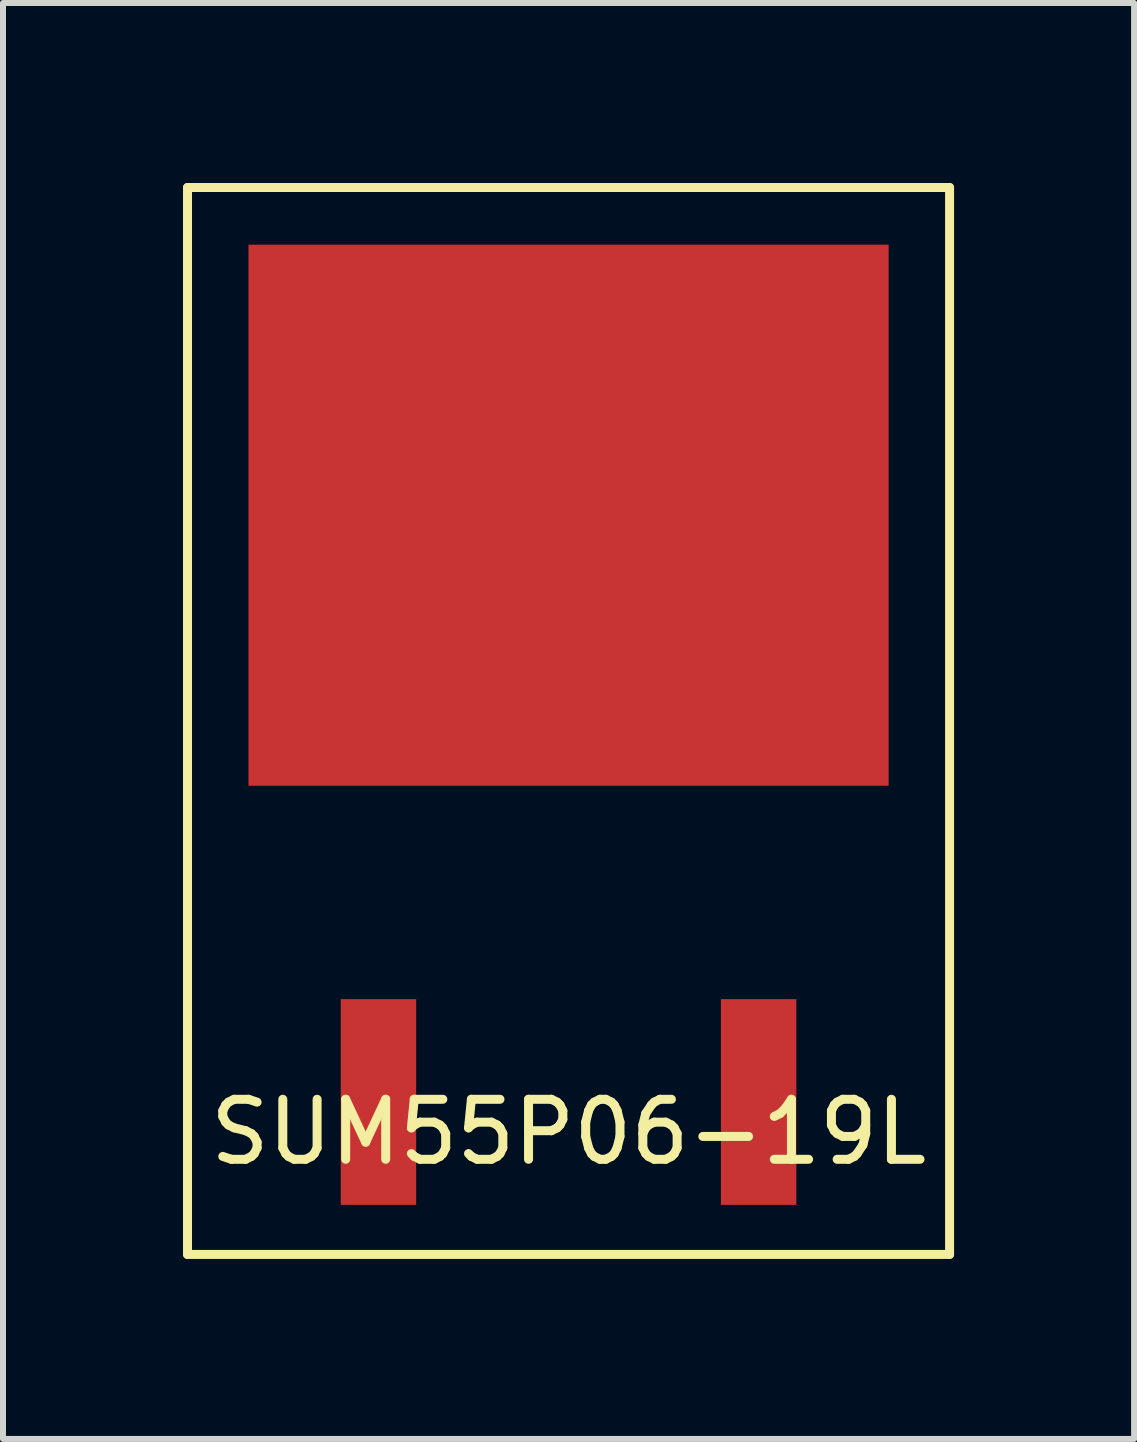
<source format=kicad_pcb>
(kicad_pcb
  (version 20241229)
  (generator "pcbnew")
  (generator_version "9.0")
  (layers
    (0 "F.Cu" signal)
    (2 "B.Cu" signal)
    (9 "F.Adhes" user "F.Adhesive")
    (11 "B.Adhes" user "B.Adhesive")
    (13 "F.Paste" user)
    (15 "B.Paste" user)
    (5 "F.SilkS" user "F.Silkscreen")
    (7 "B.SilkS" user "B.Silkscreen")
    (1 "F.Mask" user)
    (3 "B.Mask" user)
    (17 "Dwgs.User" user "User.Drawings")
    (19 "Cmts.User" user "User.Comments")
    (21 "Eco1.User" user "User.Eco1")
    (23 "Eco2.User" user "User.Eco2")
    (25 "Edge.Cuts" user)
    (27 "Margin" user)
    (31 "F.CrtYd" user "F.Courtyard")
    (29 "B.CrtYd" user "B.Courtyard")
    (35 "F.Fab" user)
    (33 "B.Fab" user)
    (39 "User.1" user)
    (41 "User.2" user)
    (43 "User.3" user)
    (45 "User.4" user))
  (footprint "SUM55P06-19L"
    (layer "F.Cu")
    (at 6.425 15.315)
    (property "Reference" "SUM55P06-19L" (at 0 0.5 0) (layer "F.SilkS") (effects (font (size 1 1) (thickness 0.15))))
    (attr through_hole)
    (fp_line (start -6.35 -15.24) (end -6.35 2.54) (stroke (width 0.15) (type solid)) (layer "F.SilkS"))
    (fp_line (start -6.35 2.54) (end 6.35 2.54) (stroke (width 0.15) (type solid)) (layer "F.SilkS"))
    (fp_line (start 6.35 -15.24) (end -6.35 -15.24) (stroke (width 0.15) (type solid)) (layer "F.SilkS"))
    (fp_line (start 6.35 2.54) (end 6.35 -15.24) (stroke (width 0.15) (type solid)) (layer "F.SilkS"))
    (pad "1" smd rect (at -3.168 0) (size 1.257 3.429) (layers "F.Cu" "F.Mask" "F.Paste"))
    (pad "2" smd rect (at 3.168 0) (size 1.257 3.429) (layers "F.Cu" "F.Mask" "F.Paste"))
    (pad "3" smd rect (at 0 -9.779) (size 10.668 9.017) (layers "F.Cu" "F.Mask" "F.Paste")))
  (gr_rect
    (start -3 -3)
    (end 15.85 20.93)
    (stroke (width 0.1) (type default))
    (fill no)
    (layer "Edge.Cuts")))
</source>
